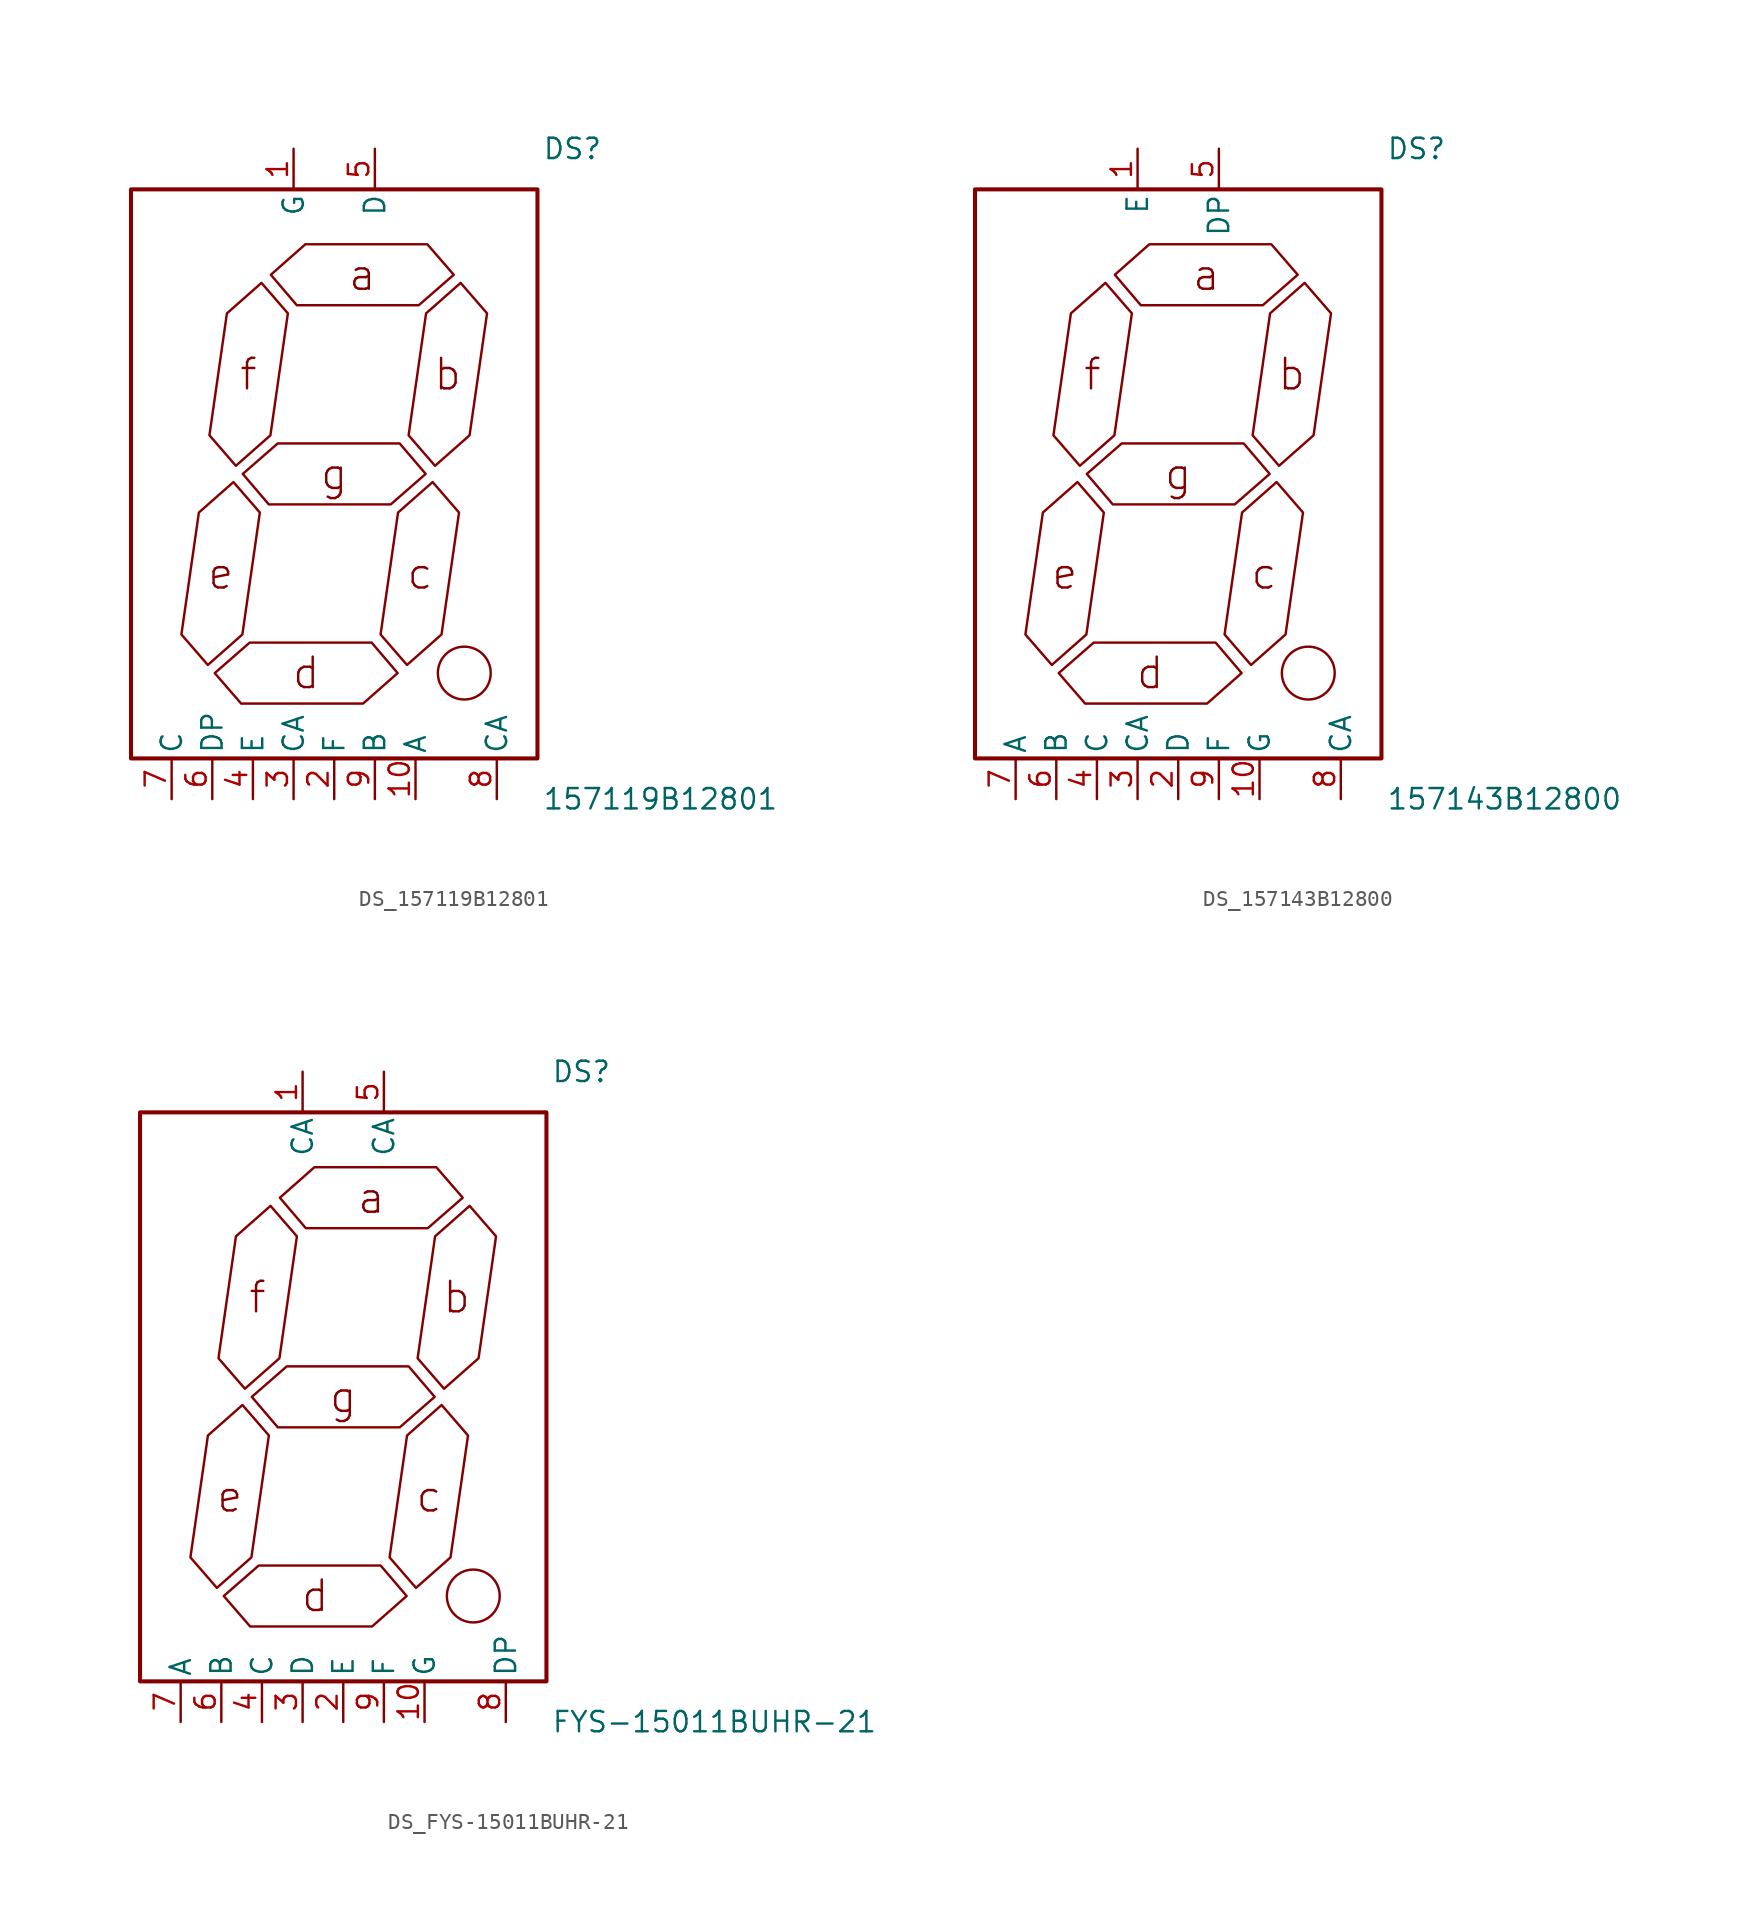
<source format=kicad_sym>
(kicad_symbol_lib
  (version 20231120)
  (generator kicad_symbol_editor)
  (generator_version 8.0)
  (symbol "DS_157119B12801"
    (pin_names
      (offset 0.254))
    (property "Reference" "DS"
      (at 13 20.32 0)
      (effects (font (size 1.27 1.27)) (justify left)))
    (property "Value" "157119B12801"
      (at 13 -20.32 0)
      (effects (font (size 1.27 1.27)) (justify left)))
    (symbol "DS_157119B12801_0_0"
      (pin unspecified line (at -2.54 20.32 270) (length 2.54) (name "G" (effects (font (size 1.27 1.27)))) (number "1" (effects (font (size 1.27 1.27)))))
      (pin unspecified line (at 2.54 20.32 270) (length 2.54) (name "D" (effects (font (size 1.27 1.27)))) (number "5" (effects (font (size 1.27 1.27)))))
      (pin unspecified line (at -10.16 -20.32 90) (length 2.54) (name "C" (effects (font (size 1.27 1.27)))) (number "7" (effects (font (size 1.27 1.27)))))
      (pin unspecified line (at -7.62 -20.32 90) (length 2.54) (name "DP" (effects (font (size 1.27 1.27)))) (number "6" (effects (font (size 1.27 1.27)))))
      (pin unspecified line (at -5.08 -20.32 90) (length 2.54) (name "E" (effects (font (size 1.27 1.27)))) (number "4" (effects (font (size 1.27 1.27)))))
      (pin unspecified line (at -2.54 -20.32 90) (length 2.54) (name "CA" (effects (font (size 1.27 1.27)))) (number "3" (effects (font (size 1.27 1.27)))))
      (pin unspecified line (at -0.0 -20.32 90) (length 2.54) (name "F" (effects (font (size 1.27 1.27)))) (number "2" (effects (font (size 1.27 1.27)))))
      (pin unspecified line (at 2.54 -20.32 90) (length 2.54) (name "B" (effects (font (size 1.27 1.27)))) (number "9" (effects (font (size 1.27 1.27)))))
      (pin unspecified line (at 5.08 -20.32 90) (length 2.54) (name "A" (effects (font (size 1.27 1.27)))) (number "10" (effects (font (size 1.27 1.27)))))
      (pin unspecified line (at 10.16 -20.32 90) (length 2.54) (name "CA" (effects (font (size 1.27 1.27)))) (number "8" (effects (font (size 1.27 1.27))))))
    (symbol "DS_157119B12801_1_0"
      (rectangle (start -12.7 17.78) (end 12.7 -17.78) (stroke (width 0.254) (type solid)) (fill (type none)))
      (polyline (pts (xy -7.899 -11.938) (xy -5.74 -10.033) (xy -4.648 -2.413) (xy -6.299 -0.508) (xy -8.458 -2.413) (xy -9.55 -10.033) (xy -7.899 -11.938)) (stroke (width 0) (type default)) (fill (type none)))
      (polyline (pts (xy -7.468 -12.446) (xy -5.283 -10.541) (xy 2.337 -10.541) (xy 3.962 -12.446) (xy 1.803 -14.351) (xy -5.817 -14.351) (xy -7.468 -12.446)) (stroke (width 0) (type default)) (fill (type none)))
      (polyline (pts (xy -6.147 0.508) (xy -3.988 2.413) (xy -2.896 10.033) (xy -4.547 11.938) (xy -6.706 10.033) (xy -7.798 2.413) (xy -6.147 0.508)) (stroke (width 0) (type default)) (fill (type none)))
      (polyline (pts (xy -5.715 0) (xy -3.531 1.905) (xy 4.089 1.905) (xy 5.715 0) (xy 3.531 -1.905) (xy -4.089 -1.905) (xy -5.715 0)) (stroke (width 0) (type default)) (fill (type none)))
      (polyline (pts (xy -3.962 12.446) (xy -1.803 14.351) (xy 5.817 14.351) (xy 7.468 12.446) (xy 5.283 10.541) (xy -2.337 10.541) (xy -3.962 12.446)) (stroke (width 0) (type default)) (fill (type none)))
      (polyline (pts (xy 4.547 -11.938) (xy 6.706 -10.033) (xy 7.798 -2.413) (xy 6.147 -0.508) (xy 3.988 -2.413) (xy 2.896 -10.033) (xy 4.547 -11.938)) (stroke (width 0) (type default)) (fill (type none)))
      (polyline (pts (xy 6.299 0.508) (xy 8.458 2.413) (xy 9.55 10.033) (xy 7.899 11.938) (xy 5.74 10.033) (xy 4.648 2.413) (xy 6.299 0.508)) (stroke (width 0) (type default)) (fill (type none)))
      (circle (center 8.128 -12.446) (radius 1.651) (stroke (width 0) (type default)) (fill (type none)))
      (text "e" (at -7.087 -6.223 0) (effects (font (size 1.905 1.905))))
      (text "f" (at -5.359 6.223 0) (effects (font (size 1.905 1.905))))
      (text "d" (at -1.753 -12.446 0) (effects (font (size 1.905 1.905))))
      (text "g" (at 0 0 0) (effects (font (size 1.905 1.905))))
      (text "a" (at 1.753 12.446 0) (effects (font (size 1.905 1.905))))
      (text "c" (at 5.359 -6.223 0) (effects (font (size 1.905 1.905))))
      (text "b" (at 7.087 6.223 0) (effects (font (size 1.905 1.905))))))
  (symbol "DS_157143B12800"
    (pin_names
      (offset 0.254))
    (property "Reference" "DS"
      (at 13 20.32 0)
      (effects (font (size 1.27 1.27)) (justify left)))
    (property "Value" "157143B12800"
      (at 13 -20.32 0)
      (effects (font (size 1.27 1.27)) (justify left)))
    (symbol "DS_157143B12800_0_0"
      (pin unspecified line (at -2.54 20.32 270) (length 2.54) (name "E" (effects (font (size 1.27 1.27)))) (number "1" (effects (font (size 1.27 1.27)))))
      (pin unspecified line (at 2.54 20.32 270) (length 2.54) (name "DP" (effects (font (size 1.27 1.27)))) (number "5" (effects (font (size 1.27 1.27)))))
      (pin unspecified line (at -10.16 -20.32 90) (length 2.54) (name "A" (effects (font (size 1.27 1.27)))) (number "7" (effects (font (size 1.27 1.27)))))
      (pin unspecified line (at -7.62 -20.32 90) (length 2.54) (name "B" (effects (font (size 1.27 1.27)))) (number "6" (effects (font (size 1.27 1.27)))))
      (pin unspecified line (at -5.08 -20.32 90) (length 2.54) (name "C" (effects (font (size 1.27 1.27)))) (number "4" (effects (font (size 1.27 1.27)))))
      (pin unspecified line (at -2.54 -20.32 90) (length 2.54) (name "CA" (effects (font (size 1.27 1.27)))) (number "3" (effects (font (size 1.27 1.27)))))
      (pin unspecified line (at -0.0 -20.32 90) (length 2.54) (name "D" (effects (font (size 1.27 1.27)))) (number "2" (effects (font (size 1.27 1.27)))))
      (pin unspecified line (at 2.54 -20.32 90) (length 2.54) (name "F" (effects (font (size 1.27 1.27)))) (number "9" (effects (font (size 1.27 1.27)))))
      (pin unspecified line (at 5.08 -20.32 90) (length 2.54) (name "G" (effects (font (size 1.27 1.27)))) (number "10" (effects (font (size 1.27 1.27)))))
      (pin unspecified line (at 10.16 -20.32 90) (length 2.54) (name "CA" (effects (font (size 1.27 1.27)))) (number "8" (effects (font (size 1.27 1.27))))))
    (symbol "DS_157143B12800_1_0"
      (rectangle (start -12.7 17.78) (end 12.7 -17.78) (stroke (width 0.254) (type solid)) (fill (type none)))
      (polyline (pts (xy -7.899 -11.938) (xy -5.74 -10.033) (xy -4.648 -2.413) (xy -6.299 -0.508) (xy -8.458 -2.413) (xy -9.55 -10.033) (xy -7.899 -11.938)) (stroke (width 0) (type default)) (fill (type none)))
      (polyline (pts (xy -7.468 -12.446) (xy -5.283 -10.541) (xy 2.337 -10.541) (xy 3.962 -12.446) (xy 1.803 -14.351) (xy -5.817 -14.351) (xy -7.468 -12.446)) (stroke (width 0) (type default)) (fill (type none)))
      (polyline (pts (xy -6.147 0.508) (xy -3.988 2.413) (xy -2.896 10.033) (xy -4.547 11.938) (xy -6.706 10.033) (xy -7.798 2.413) (xy -6.147 0.508)) (stroke (width 0) (type default)) (fill (type none)))
      (polyline (pts (xy -5.715 0) (xy -3.531 1.905) (xy 4.089 1.905) (xy 5.715 0) (xy 3.531 -1.905) (xy -4.089 -1.905) (xy -5.715 0)) (stroke (width 0) (type default)) (fill (type none)))
      (polyline (pts (xy -3.962 12.446) (xy -1.803 14.351) (xy 5.817 14.351) (xy 7.468 12.446) (xy 5.283 10.541) (xy -2.337 10.541) (xy -3.962 12.446)) (stroke (width 0) (type default)) (fill (type none)))
      (polyline (pts (xy 4.547 -11.938) (xy 6.706 -10.033) (xy 7.798 -2.413) (xy 6.147 -0.508) (xy 3.988 -2.413) (xy 2.896 -10.033) (xy 4.547 -11.938)) (stroke (width 0) (type default)) (fill (type none)))
      (polyline (pts (xy 6.299 0.508) (xy 8.458 2.413) (xy 9.55 10.033) (xy 7.899 11.938) (xy 5.74 10.033) (xy 4.648 2.413) (xy 6.299 0.508)) (stroke (width 0) (type default)) (fill (type none)))
      (circle (center 8.128 -12.446) (radius 1.651) (stroke (width 0) (type default)) (fill (type none)))
      (text "e" (at -7.087 -6.223 0) (effects (font (size 1.905 1.905))))
      (text "f" (at -5.359 6.223 0) (effects (font (size 1.905 1.905))))
      (text "d" (at -1.753 -12.446 0) (effects (font (size 1.905 1.905))))
      (text "g" (at 0 0 0) (effects (font (size 1.905 1.905))))
      (text "a" (at 1.753 12.446 0) (effects (font (size 1.905 1.905))))
      (text "c" (at 5.359 -6.223 0) (effects (font (size 1.905 1.905))))
      (text "b" (at 7.087 6.223 0) (effects (font (size 1.905 1.905))))))
  (symbol "DS_FYS-15011BUHR-21"
    (pin_names
      (offset 0.254))
    (property "Reference" "DS"
      (at 13 20.32 0)
      (effects (font (size 1.27 1.27)) (justify left)))
    (property "Value" "FYS-15011BUHR-21"
      (at 13 -20.32 0)
      (effects (font (size 1.27 1.27)) (justify left)))
    (symbol "DS_FYS-15011BUHR-21_0_0"
      (pin unspecified line (at -2.54 20.32 270) (length 2.54) (name "CA" (effects (font (size 1.27 1.27)))) (number "1" (effects (font (size 1.27 1.27)))))
      (pin unspecified line (at 2.54 20.32 270) (length 2.54) (name "CA" (effects (font (size 1.27 1.27)))) (number "5" (effects (font (size 1.27 1.27)))))
      (pin unspecified line (at -10.16 -20.32 90) (length 2.54) (name "A" (effects (font (size 1.27 1.27)))) (number "7" (effects (font (size 1.27 1.27)))))
      (pin unspecified line (at -7.62 -20.32 90) (length 2.54) (name "B" (effects (font (size 1.27 1.27)))) (number "6" (effects (font (size 1.27 1.27)))))
      (pin unspecified line (at -5.08 -20.32 90) (length 2.54) (name "C" (effects (font (size 1.27 1.27)))) (number "4" (effects (font (size 1.27 1.27)))))
      (pin unspecified line (at -2.54 -20.32 90) (length 2.54) (name "D" (effects (font (size 1.27 1.27)))) (number "3" (effects (font (size 1.27 1.27)))))
      (pin unspecified line (at -0.0 -20.32 90) (length 2.54) (name "E" (effects (font (size 1.27 1.27)))) (number "2" (effects (font (size 1.27 1.27)))))
      (pin unspecified line (at 2.54 -20.32 90) (length 2.54) (name "F" (effects (font (size 1.27 1.27)))) (number "9" (effects (font (size 1.27 1.27)))))
      (pin unspecified line (at 5.08 -20.32 90) (length 2.54) (name "G" (effects (font (size 1.27 1.27)))) (number "10" (effects (font (size 1.27 1.27)))))
      (pin unspecified line (at 10.16 -20.32 90) (length 2.54) (name "DP" (effects (font (size 1.27 1.27)))) (number "8" (effects (font (size 1.27 1.27))))))
    (symbol "DS_FYS-15011BUHR-21_1_0"
      (rectangle (start -12.7 17.78) (end 12.7 -17.78) (stroke (width 0.254) (type solid)) (fill (type none)))
      (polyline (pts (xy -7.899 -11.938) (xy -5.74 -10.033) (xy -4.648 -2.413) (xy -6.299 -0.508) (xy -8.458 -2.413) (xy -9.55 -10.033) (xy -7.899 -11.938)) (stroke (width 0) (type default)) (fill (type none)))
      (polyline (pts (xy -7.468 -12.446) (xy -5.283 -10.541) (xy 2.337 -10.541) (xy 3.962 -12.446) (xy 1.803 -14.351) (xy -5.817 -14.351) (xy -7.468 -12.446)) (stroke (width 0) (type default)) (fill (type none)))
      (polyline (pts (xy -6.147 0.508) (xy -3.988 2.413) (xy -2.896 10.033) (xy -4.547 11.938) (xy -6.706 10.033) (xy -7.798 2.413) (xy -6.147 0.508)) (stroke (width 0) (type default)) (fill (type none)))
      (polyline (pts (xy -5.715 0) (xy -3.531 1.905) (xy 4.089 1.905) (xy 5.715 0) (xy 3.531 -1.905) (xy -4.089 -1.905) (xy -5.715 0)) (stroke (width 0) (type default)) (fill (type none)))
      (polyline (pts (xy -3.962 12.446) (xy -1.803 14.351) (xy 5.817 14.351) (xy 7.468 12.446) (xy 5.283 10.541) (xy -2.337 10.541) (xy -3.962 12.446)) (stroke (width 0) (type default)) (fill (type none)))
      (polyline (pts (xy 4.547 -11.938) (xy 6.706 -10.033) (xy 7.798 -2.413) (xy 6.147 -0.508) (xy 3.988 -2.413) (xy 2.896 -10.033) (xy 4.547 -11.938)) (stroke (width 0) (type default)) (fill (type none)))
      (polyline (pts (xy 6.299 0.508) (xy 8.458 2.413) (xy 9.55 10.033) (xy 7.899 11.938) (xy 5.74 10.033) (xy 4.648 2.413) (xy 6.299 0.508)) (stroke (width 0) (type default)) (fill (type none)))
      (circle (center 8.128 -12.446) (radius 1.651) (stroke (width 0) (type default)) (fill (type none)))
      (text "e" (at -7.087 -6.223 0) (effects (font (size 1.905 1.905))))
      (text "f" (at -5.359 6.223 0) (effects (font (size 1.905 1.905))))
      (text "d" (at -1.753 -12.446 0) (effects (font (size 1.905 1.905))))
      (text "g" (at 0 0 0) (effects (font (size 1.905 1.905))))
      (text "a" (at 1.753 12.446 0) (effects (font (size 1.905 1.905))))
      (text "c" (at 5.359 -6.223 0) (effects (font (size 1.905 1.905))))
      (text "b" (at 7.087 6.223 0) (effects (font (size 1.905 1.905)))))))
</source>
